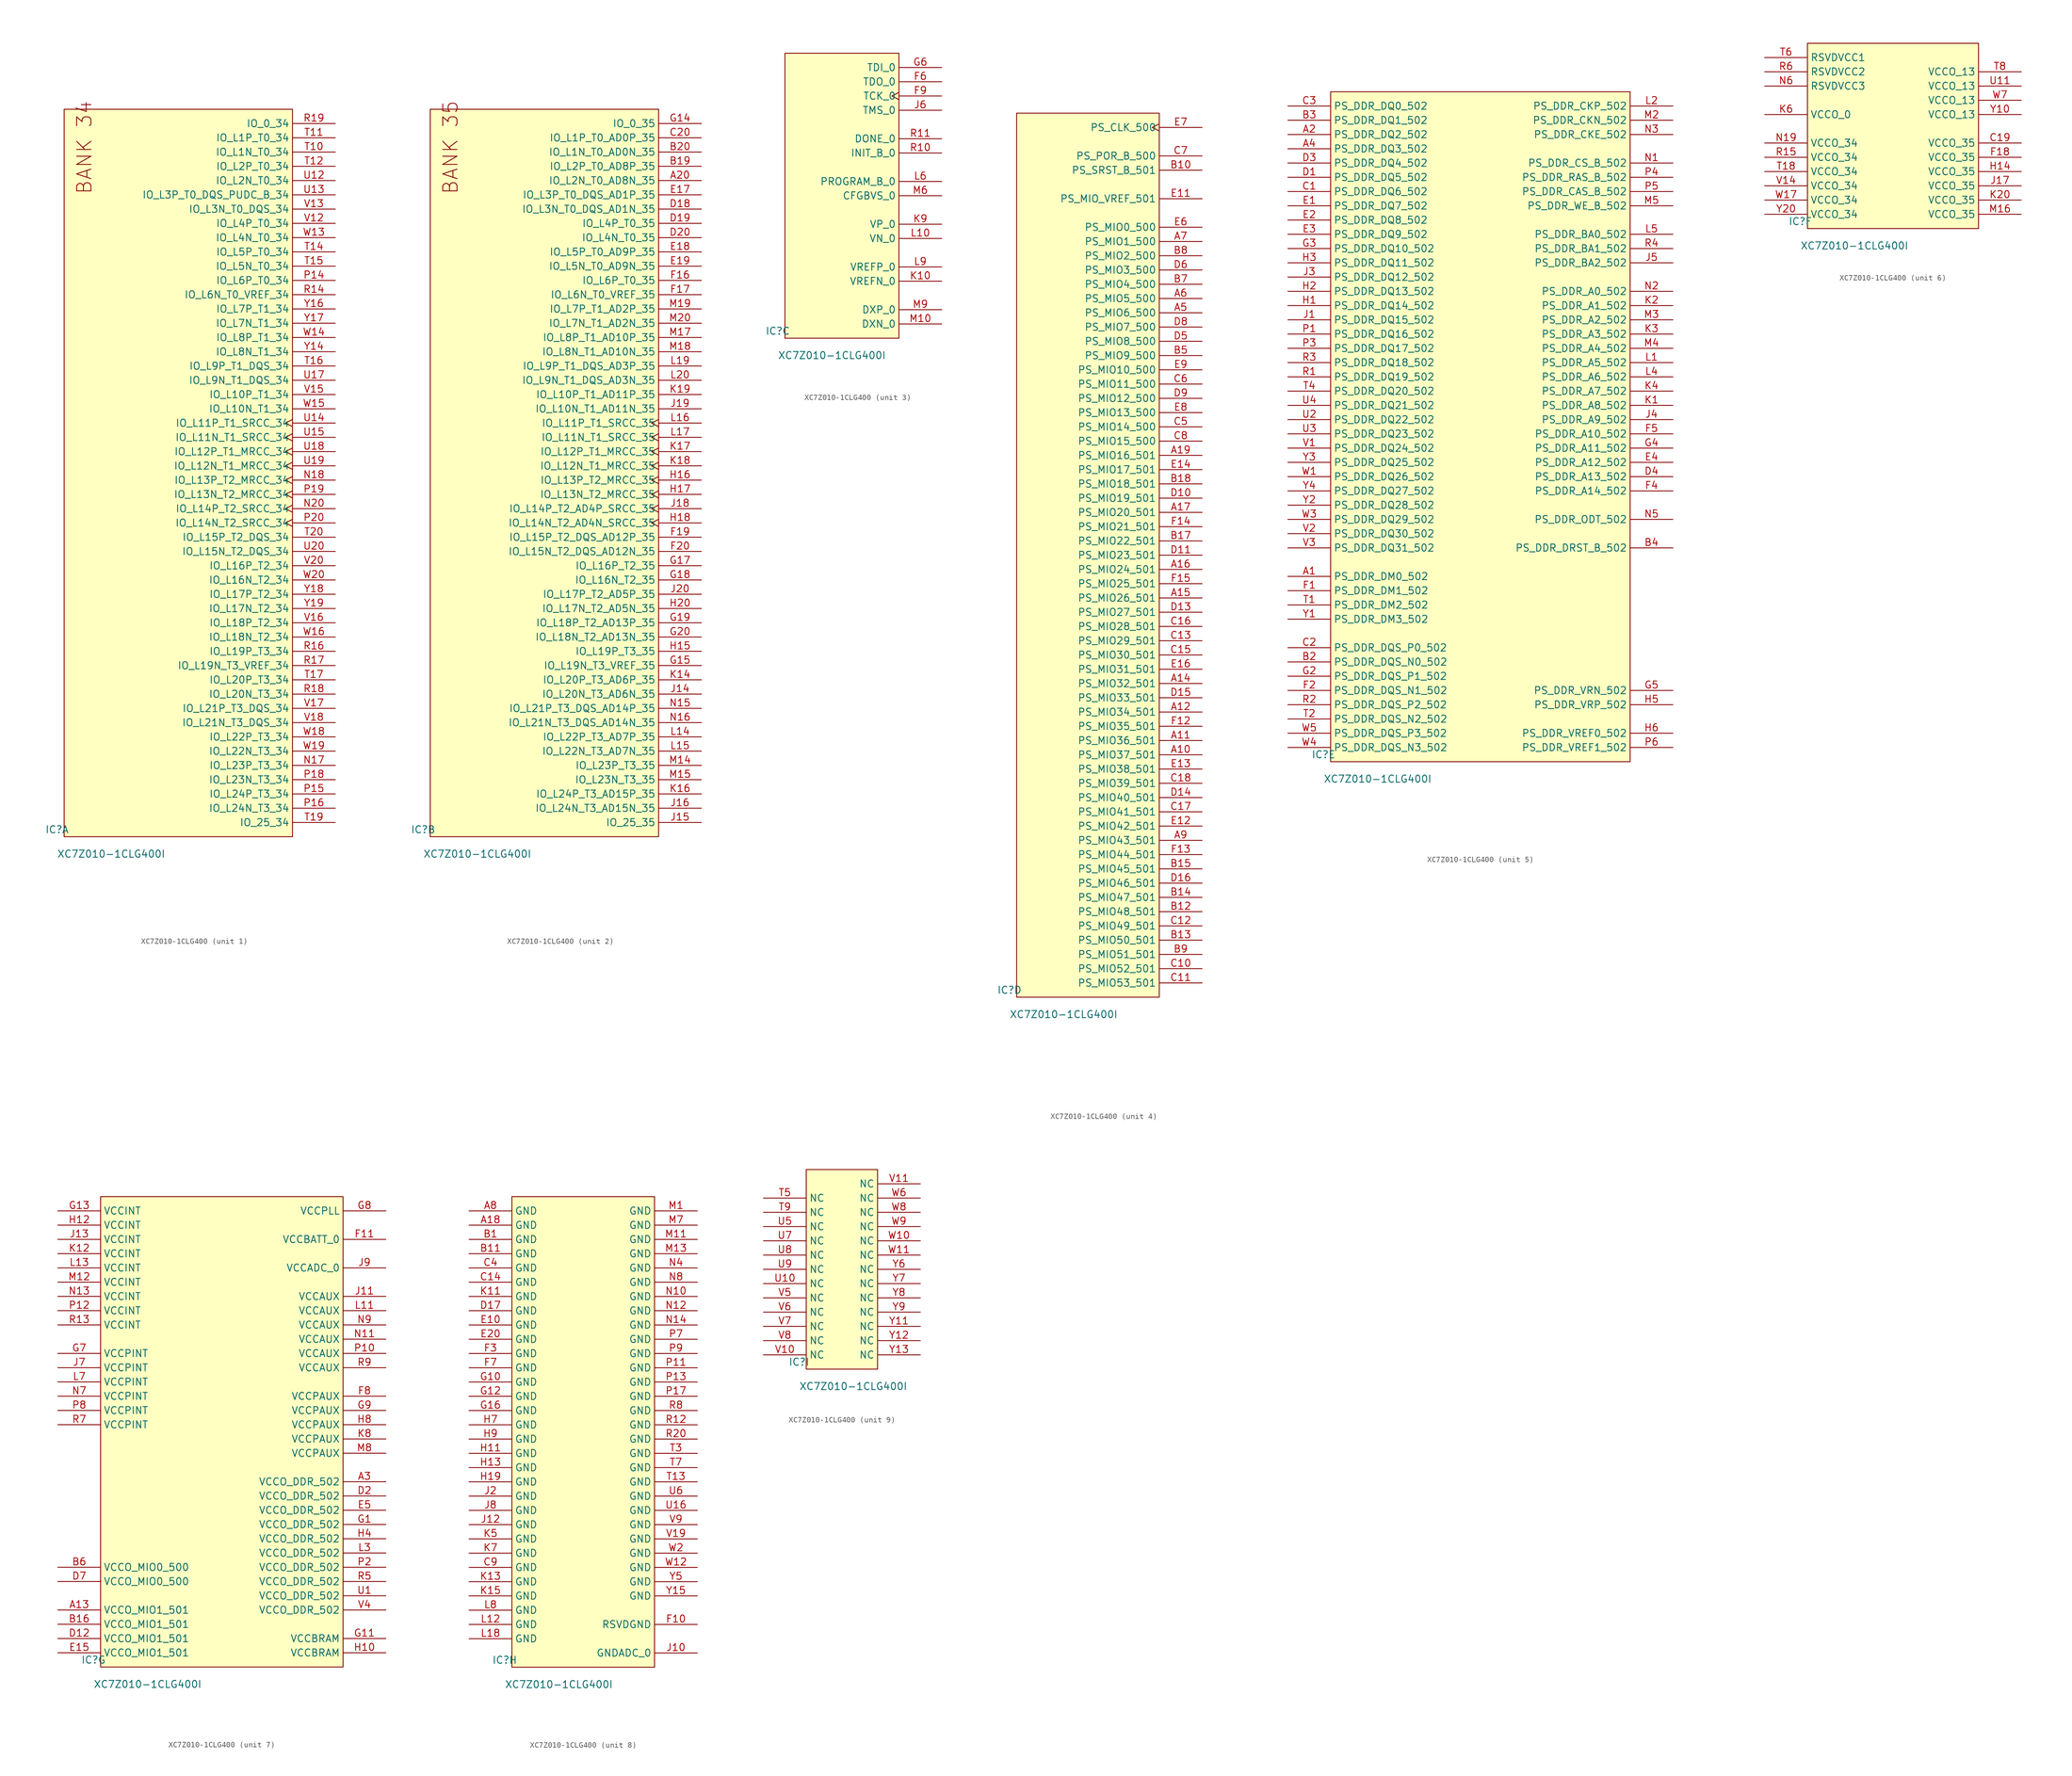
<source format=kicad_sym>
(kicad_symbol_lib
  (version 20231120)
  (generator "kicad_symbol_editor")
  (generator_version "8.0")
  (symbol "XC7Z010-1CLG400"
    (property "Reference" "IC"
      (at -1.27 1.27 0)
      (effects (font (size 1.27 1.27))))
    (property "Value" "XC7Z010-1CLG400I"
      (at -1.27 -3.81 0)
      (effects (font (size 1.27 1.27)) (justify left bottom)))
    (symbol "XC7Z010-1CLG400_1_0"
      (rectangle (start 0 129.54) (end 40.64 0) (stroke (width 0) (type solid) (color 128 0 0 1)) (fill (type background)))
      (text "BANK 34" (at 5.08 114.3 900) (effects (font (size 2.54 2.54)) (justify left bottom)))
      (pin bidirectional line (at 48.26 12.7 180) (length 7.62) (name "IO_L23P_T3_34" (effects (font (size 1.27 1.27)))) (number "N17" (effects (font (size 1.27 1.27)))))
      (pin bidirectional clock (at 48.26 63.5 180) (length 7.62) (name "IO_L13P_T2_MRCC_34" (effects (font (size 1.27 1.27)))) (number "N18" (effects (font (size 1.27 1.27)))))
      (pin bidirectional clock (at 48.26 58.42 180) (length 7.62) (name "IO_L14P_T2_SRCC_34" (effects (font (size 1.27 1.27)))) (number "N20" (effects (font (size 1.27 1.27)))))
      (pin bidirectional line (at 48.26 99.06 180) (length 7.62) (name "IO_L6P_T0_34" (effects (font (size 1.27 1.27)))) (number "P14" (effects (font (size 1.27 1.27)))))
      (pin bidirectional line (at 48.26 7.62 180) (length 7.62) (name "IO_L24P_T3_34" (effects (font (size 1.27 1.27)))) (number "P15" (effects (font (size 1.27 1.27)))))
      (pin bidirectional line (at 48.26 5.08 180) (length 7.62) (name "IO_L24N_T3_34" (effects (font (size 1.27 1.27)))) (number "P16" (effects (font (size 1.27 1.27)))))
      (pin bidirectional line (at 48.26 10.16 180) (length 7.62) (name "IO_L23N_T3_34" (effects (font (size 1.27 1.27)))) (number "P18" (effects (font (size 1.27 1.27)))))
      (pin bidirectional clock (at 48.26 60.96 180) (length 7.62) (name "IO_L13N_T2_MRCC_34" (effects (font (size 1.27 1.27)))) (number "P19" (effects (font (size 1.27 1.27)))))
      (pin bidirectional clock (at 48.26 55.88 180) (length 7.62) (name "IO_L14N_T2_SRCC_34" (effects (font (size 1.27 1.27)))) (number "P20" (effects (font (size 1.27 1.27)))))
      (pin bidirectional line (at 48.26 96.52 180) (length 7.62) (name "IO_L6N_T0_VREF_34" (effects (font (size 1.27 1.27)))) (number "R14" (effects (font (size 1.27 1.27)))))
      (pin bidirectional line (at 48.26 33.02 180) (length 7.62) (name "IO_L19P_T3_34" (effects (font (size 1.27 1.27)))) (number "R16" (effects (font (size 1.27 1.27)))))
      (pin bidirectional line (at 48.26 30.48 180) (length 7.62) (name "IO_L19N_T3_VREF_34" (effects (font (size 1.27 1.27)))) (number "R17" (effects (font (size 1.27 1.27)))))
      (pin bidirectional line (at 48.26 25.4 180) (length 7.62) (name "IO_L20N_T3_34" (effects (font (size 1.27 1.27)))) (number "R18" (effects (font (size 1.27 1.27)))))
      (pin bidirectional line (at 48.26 127 180) (length 7.62) (name "IO_0_34" (effects (font (size 1.27 1.27)))) (number "R19" (effects (font (size 1.27 1.27)))))
      (pin bidirectional line (at 48.26 121.92 180) (length 7.62) (name "IO_L1N_T0_34" (effects (font (size 1.27 1.27)))) (number "T10" (effects (font (size 1.27 1.27)))))
      (pin bidirectional line (at 48.26 124.46 180) (length 7.62) (name "IO_L1P_T0_34" (effects (font (size 1.27 1.27)))) (number "T11" (effects (font (size 1.27 1.27)))))
      (pin bidirectional line (at 48.26 119.38 180) (length 7.62) (name "IO_L2P_T0_34" (effects (font (size 1.27 1.27)))) (number "T12" (effects (font (size 1.27 1.27)))))
      (pin bidirectional line (at 48.26 104.14 180) (length 7.62) (name "IO_L5P_T0_34" (effects (font (size 1.27 1.27)))) (number "T14" (effects (font (size 1.27 1.27)))))
      (pin bidirectional line (at 48.26 101.6 180) (length 7.62) (name "IO_L5N_T0_34" (effects (font (size 1.27 1.27)))) (number "T15" (effects (font (size 1.27 1.27)))))
      (pin bidirectional line (at 48.26 83.82 180) (length 7.62) (name "IO_L9P_T1_DQS_34" (effects (font (size 1.27 1.27)))) (number "T16" (effects (font (size 1.27 1.27)))))
      (pin bidirectional line (at 48.26 27.94 180) (length 7.62) (name "IO_L20P_T3_34" (effects (font (size 1.27 1.27)))) (number "T17" (effects (font (size 1.27 1.27)))))
      (pin bidirectional line (at 48.26 2.54 180) (length 7.62) (name "IO_25_34" (effects (font (size 1.27 1.27)))) (number "T19" (effects (font (size 1.27 1.27)))))
      (pin bidirectional line (at 48.26 53.34 180) (length 7.62) (name "IO_L15P_T2_DQS_34" (effects (font (size 1.27 1.27)))) (number "T20" (effects (font (size 1.27 1.27)))))
      (pin bidirectional line (at 48.26 116.84 180) (length 7.62) (name "IO_L2N_T0_34" (effects (font (size 1.27 1.27)))) (number "U12" (effects (font (size 1.27 1.27)))))
      (pin bidirectional line (at 48.26 114.3 180) (length 7.62) (name "IO_L3P_T0_DQS_PUDC_B_34" (effects (font (size 1.27 1.27)))) (number "U13" (effects (font (size 1.27 1.27)))))
      (pin bidirectional clock (at 48.26 73.66 180) (length 7.62) (name "IO_L11P_T1_SRCC_34" (effects (font (size 1.27 1.27)))) (number "U14" (effects (font (size 1.27 1.27)))))
      (pin bidirectional clock (at 48.26 71.12 180) (length 7.62) (name "IO_L11N_T1_SRCC_34" (effects (font (size 1.27 1.27)))) (number "U15" (effects (font (size 1.27 1.27)))))
      (pin bidirectional line (at 48.26 81.28 180) (length 7.62) (name "IO_L9N_T1_DQS_34" (effects (font (size 1.27 1.27)))) (number "U17" (effects (font (size 1.27 1.27)))))
      (pin bidirectional clock (at 48.26 68.58 180) (length 7.62) (name "IO_L12P_T1_MRCC_34" (effects (font (size 1.27 1.27)))) (number "U18" (effects (font (size 1.27 1.27)))))
      (pin bidirectional clock (at 48.26 66.04 180) (length 7.62) (name "IO_L12N_T1_MRCC_34" (effects (font (size 1.27 1.27)))) (number "U19" (effects (font (size 1.27 1.27)))))
      (pin bidirectional line (at 48.26 50.8 180) (length 7.62) (name "IO_L15N_T2_DQS_34" (effects (font (size 1.27 1.27)))) (number "U20" (effects (font (size 1.27 1.27)))))
      (pin bidirectional line (at 48.26 109.22 180) (length 7.62) (name "IO_L4P_T0_34" (effects (font (size 1.27 1.27)))) (number "V12" (effects (font (size 1.27 1.27)))))
      (pin bidirectional line (at 48.26 111.76 180) (length 7.62) (name "IO_L3N_T0_DQS_34" (effects (font (size 1.27 1.27)))) (number "V13" (effects (font (size 1.27 1.27)))))
      (pin bidirectional line (at 48.26 78.74 180) (length 7.62) (name "IO_L10P_T1_34" (effects (font (size 1.27 1.27)))) (number "V15" (effects (font (size 1.27 1.27)))))
      (pin bidirectional line (at 48.26 38.1 180) (length 7.62) (name "IO_L18P_T2_34" (effects (font (size 1.27 1.27)))) (number "V16" (effects (font (size 1.27 1.27)))))
      (pin bidirectional line (at 48.26 22.86 180) (length 7.62) (name "IO_L21P_T3_DQS_34" (effects (font (size 1.27 1.27)))) (number "V17" (effects (font (size 1.27 1.27)))))
      (pin bidirectional line (at 48.26 20.32 180) (length 7.62) (name "IO_L21N_T3_DQS_34" (effects (font (size 1.27 1.27)))) (number "V18" (effects (font (size 1.27 1.27)))))
      (pin bidirectional line (at 48.26 48.26 180) (length 7.62) (name "IO_L16P_T2_34" (effects (font (size 1.27 1.27)))) (number "V20" (effects (font (size 1.27 1.27)))))
      (pin bidirectional line (at 48.26 106.68 180) (length 7.62) (name "IO_L4N_T0_34" (effects (font (size 1.27 1.27)))) (number "W13" (effects (font (size 1.27 1.27)))))
      (pin bidirectional line (at 48.26 88.9 180) (length 7.62) (name "IO_L8P_T1_34" (effects (font (size 1.27 1.27)))) (number "W14" (effects (font (size 1.27 1.27)))))
      (pin bidirectional line (at 48.26 76.2 180) (length 7.62) (name "IO_L10N_T1_34" (effects (font (size 1.27 1.27)))) (number "W15" (effects (font (size 1.27 1.27)))))
      (pin bidirectional line (at 48.26 35.56 180) (length 7.62) (name "IO_L18N_T2_34" (effects (font (size 1.27 1.27)))) (number "W16" (effects (font (size 1.27 1.27)))))
      (pin bidirectional line (at 48.26 17.78 180) (length 7.62) (name "IO_L22P_T3_34" (effects (font (size 1.27 1.27)))) (number "W18" (effects (font (size 1.27 1.27)))))
      (pin bidirectional line (at 48.26 15.24 180) (length 7.62) (name "IO_L22N_T3_34" (effects (font (size 1.27 1.27)))) (number "W19" (effects (font (size 1.27 1.27)))))
      (pin bidirectional line (at 48.26 45.72 180) (length 7.62) (name "IO_L16N_T2_34" (effects (font (size 1.27 1.27)))) (number "W20" (effects (font (size 1.27 1.27)))))
      (pin bidirectional line (at 48.26 86.36 180) (length 7.62) (name "IO_L8N_T1_34" (effects (font (size 1.27 1.27)))) (number "Y14" (effects (font (size 1.27 1.27)))))
      (pin bidirectional line (at 48.26 93.98 180) (length 7.62) (name "IO_L7P_T1_34" (effects (font (size 1.27 1.27)))) (number "Y16" (effects (font (size 1.27 1.27)))))
      (pin bidirectional line (at 48.26 91.44 180) (length 7.62) (name "IO_L7N_T1_34" (effects (font (size 1.27 1.27)))) (number "Y17" (effects (font (size 1.27 1.27)))))
      (pin bidirectional line (at 48.26 43.18 180) (length 7.62) (name "IO_L17P_T2_34" (effects (font (size 1.27 1.27)))) (number "Y18" (effects (font (size 1.27 1.27)))))
      (pin bidirectional line (at 48.26 40.64 180) (length 7.62) (name "IO_L17N_T2_34" (effects (font (size 1.27 1.27)))) (number "Y19" (effects (font (size 1.27 1.27))))))
    (symbol "XC7Z010-1CLG400_2_0"
      (rectangle (start 0 129.54) (end 40.64 0) (stroke (width 0) (type solid) (color 128 0 0 1)) (fill (type background)))
      (text "BANK 35" (at 5.08 114.3 900) (effects (font (size 2.54 2.54)) (justify left bottom)))
      (pin bidirectional line (at 48.26 116.84 180) (length 7.62) (name "IO_L2N_T0_AD8N_35" (effects (font (size 1.27 1.27)))) (number "A20" (effects (font (size 1.27 1.27)))))
      (pin bidirectional line (at 48.26 119.38 180) (length 7.62) (name "IO_L2P_T0_AD8P_35" (effects (font (size 1.27 1.27)))) (number "B19" (effects (font (size 1.27 1.27)))))
      (pin bidirectional line (at 48.26 121.92 180) (length 7.62) (name "IO_L1N_T0_AD0N_35" (effects (font (size 1.27 1.27)))) (number "B20" (effects (font (size 1.27 1.27)))))
      (pin bidirectional line (at 48.26 124.46 180) (length 7.62) (name "IO_L1P_T0_AD0P_35" (effects (font (size 1.27 1.27)))) (number "C20" (effects (font (size 1.27 1.27)))))
      (pin bidirectional line (at 48.26 111.76 180) (length 7.62) (name "IO_L3N_T0_DQS_AD1N_35" (effects (font (size 1.27 1.27)))) (number "D18" (effects (font (size 1.27 1.27)))))
      (pin bidirectional line (at 48.26 109.22 180) (length 7.62) (name "IO_L4P_T0_35" (effects (font (size 1.27 1.27)))) (number "D19" (effects (font (size 1.27 1.27)))))
      (pin bidirectional line (at 48.26 106.68 180) (length 7.62) (name "IO_L4N_T0_35" (effects (font (size 1.27 1.27)))) (number "D20" (effects (font (size 1.27 1.27)))))
      (pin bidirectional line (at 48.26 114.3 180) (length 7.62) (name "IO_L3P_T0_DQS_AD1P_35" (effects (font (size 1.27 1.27)))) (number "E17" (effects (font (size 1.27 1.27)))))
      (pin bidirectional line (at 48.26 104.14 180) (length 7.62) (name "IO_L5P_T0_AD9P_35" (effects (font (size 1.27 1.27)))) (number "E18" (effects (font (size 1.27 1.27)))))
      (pin bidirectional line (at 48.26 101.6 180) (length 7.62) (name "IO_L5N_T0_AD9N_35" (effects (font (size 1.27 1.27)))) (number "E19" (effects (font (size 1.27 1.27)))))
      (pin bidirectional line (at 48.26 99.06 180) (length 7.62) (name "IO_L6P_T0_35" (effects (font (size 1.27 1.27)))) (number "F16" (effects (font (size 1.27 1.27)))))
      (pin bidirectional line (at 48.26 96.52 180) (length 7.62) (name "IO_L6N_T0_VREF_35" (effects (font (size 1.27 1.27)))) (number "F17" (effects (font (size 1.27 1.27)))))
      (pin bidirectional line (at 48.26 53.34 180) (length 7.62) (name "IO_L15P_T2_DQS_AD12P_35" (effects (font (size 1.27 1.27)))) (number "F19" (effects (font (size 1.27 1.27)))))
      (pin bidirectional line (at 48.26 50.8 180) (length 7.62) (name "IO_L15N_T2_DQS_AD12N_35" (effects (font (size 1.27 1.27)))) (number "F20" (effects (font (size 1.27 1.27)))))
      (pin bidirectional line (at 48.26 127 180) (length 7.62) (name "IO_0_35" (effects (font (size 1.27 1.27)))) (number "G14" (effects (font (size 1.27 1.27)))))
      (pin bidirectional line (at 48.26 30.48 180) (length 7.62) (name "IO_L19N_T3_VREF_35" (effects (font (size 1.27 1.27)))) (number "G15" (effects (font (size 1.27 1.27)))))
      (pin bidirectional line (at 48.26 48.26 180) (length 7.62) (name "IO_L16P_T2_35" (effects (font (size 1.27 1.27)))) (number "G17" (effects (font (size 1.27 1.27)))))
      (pin bidirectional line (at 48.26 45.72 180) (length 7.62) (name "IO_L16N_T2_35" (effects (font (size 1.27 1.27)))) (number "G18" (effects (font (size 1.27 1.27)))))
      (pin bidirectional line (at 48.26 38.1 180) (length 7.62) (name "IO_L18P_T2_AD13P_35" (effects (font (size 1.27 1.27)))) (number "G19" (effects (font (size 1.27 1.27)))))
      (pin bidirectional line (at 48.26 35.56 180) (length 7.62) (name "IO_L18N_T2_AD13N_35" (effects (font (size 1.27 1.27)))) (number "G20" (effects (font (size 1.27 1.27)))))
      (pin bidirectional line (at 48.26 33.02 180) (length 7.62) (name "IO_L19P_T3_35" (effects (font (size 1.27 1.27)))) (number "H15" (effects (font (size 1.27 1.27)))))
      (pin bidirectional clock (at 48.26 63.5 180) (length 7.62) (name "IO_L13P_T2_MRCC_35" (effects (font (size 1.27 1.27)))) (number "H16" (effects (font (size 1.27 1.27)))))
      (pin bidirectional clock (at 48.26 60.96 180) (length 7.62) (name "IO_L13N_T2_MRCC_35" (effects (font (size 1.27 1.27)))) (number "H17" (effects (font (size 1.27 1.27)))))
      (pin bidirectional clock (at 48.26 55.88 180) (length 7.62) (name "IO_L14N_T2_AD4N_SRCC_35" (effects (font (size 1.27 1.27)))) (number "H18" (effects (font (size 1.27 1.27)))))
      (pin bidirectional line (at 48.26 40.64 180) (length 7.62) (name "IO_L17N_T2_AD5N_35" (effects (font (size 1.27 1.27)))) (number "H20" (effects (font (size 1.27 1.27)))))
      (pin bidirectional line (at 48.26 25.4 180) (length 7.62) (name "IO_L20N_T3_AD6N_35" (effects (font (size 1.27 1.27)))) (number "J14" (effects (font (size 1.27 1.27)))))
      (pin bidirectional line (at 48.26 2.54 180) (length 7.62) (name "IO_25_35" (effects (font (size 1.27 1.27)))) (number "J15" (effects (font (size 1.27 1.27)))))
      (pin bidirectional line (at 48.26 5.08 180) (length 7.62) (name "IO_L24N_T3_AD15N_35" (effects (font (size 1.27 1.27)))) (number "J16" (effects (font (size 1.27 1.27)))))
      (pin bidirectional clock (at 48.26 58.42 180) (length 7.62) (name "IO_L14P_T2_AD4P_SRCC_35" (effects (font (size 1.27 1.27)))) (number "J18" (effects (font (size 1.27 1.27)))))
      (pin bidirectional line (at 48.26 76.2 180) (length 7.62) (name "IO_L10N_T1_AD11N_35" (effects (font (size 1.27 1.27)))) (number "J19" (effects (font (size 1.27 1.27)))))
      (pin bidirectional line (at 48.26 43.18 180) (length 7.62) (name "IO_L17P_T2_AD5P_35" (effects (font (size 1.27 1.27)))) (number "J20" (effects (font (size 1.27 1.27)))))
      (pin bidirectional line (at 48.26 27.94 180) (length 7.62) (name "IO_L20P_T3_AD6P_35" (effects (font (size 1.27 1.27)))) (number "K14" (effects (font (size 1.27 1.27)))))
      (pin bidirectional line (at 48.26 7.62 180) (length 7.62) (name "IO_L24P_T3_AD15P_35" (effects (font (size 1.27 1.27)))) (number "K16" (effects (font (size 1.27 1.27)))))
      (pin bidirectional clock (at 48.26 68.58 180) (length 7.62) (name "IO_L12P_T1_MRCC_35" (effects (font (size 1.27 1.27)))) (number "K17" (effects (font (size 1.27 1.27)))))
      (pin bidirectional clock (at 48.26 66.04 180) (length 7.62) (name "IO_L12N_T1_MRCC_35" (effects (font (size 1.27 1.27)))) (number "K18" (effects (font (size 1.27 1.27)))))
      (pin bidirectional line (at 48.26 78.74 180) (length 7.62) (name "IO_L10P_T1_AD11P_35" (effects (font (size 1.27 1.27)))) (number "K19" (effects (font (size 1.27 1.27)))))
      (pin bidirectional line (at 48.26 17.78 180) (length 7.62) (name "IO_L22P_T3_AD7P_35" (effects (font (size 1.27 1.27)))) (number "L14" (effects (font (size 1.27 1.27)))))
      (pin bidirectional line (at 48.26 15.24 180) (length 7.62) (name "IO_L22N_T3_AD7N_35" (effects (font (size 1.27 1.27)))) (number "L15" (effects (font (size 1.27 1.27)))))
      (pin bidirectional clock (at 48.26 73.66 180) (length 7.62) (name "IO_L11P_T1_SRCC_35" (effects (font (size 1.27 1.27)))) (number "L16" (effects (font (size 1.27 1.27)))))
      (pin bidirectional clock (at 48.26 71.12 180) (length 7.62) (name "IO_L11N_T1_SRCC_35" (effects (font (size 1.27 1.27)))) (number "L17" (effects (font (size 1.27 1.27)))))
      (pin bidirectional line (at 48.26 83.82 180) (length 7.62) (name "IO_L9P_T1_DQS_AD3P_35" (effects (font (size 1.27 1.27)))) (number "L19" (effects (font (size 1.27 1.27)))))
      (pin bidirectional line (at 48.26 81.28 180) (length 7.62) (name "IO_L9N_T1_DQS_AD3N_35" (effects (font (size 1.27 1.27)))) (number "L20" (effects (font (size 1.27 1.27)))))
      (pin bidirectional line (at 48.26 12.7 180) (length 7.62) (name "IO_L23P_T3_35" (effects (font (size 1.27 1.27)))) (number "M14" (effects (font (size 1.27 1.27)))))
      (pin bidirectional line (at 48.26 10.16 180) (length 7.62) (name "IO_L23N_T3_35" (effects (font (size 1.27 1.27)))) (number "M15" (effects (font (size 1.27 1.27)))))
      (pin bidirectional line (at 48.26 88.9 180) (length 7.62) (name "IO_L8P_T1_AD10P_35" (effects (font (size 1.27 1.27)))) (number "M17" (effects (font (size 1.27 1.27)))))
      (pin bidirectional line (at 48.26 86.36 180) (length 7.62) (name "IO_L8N_T1_AD10N_35" (effects (font (size 1.27 1.27)))) (number "M18" (effects (font (size 1.27 1.27)))))
      (pin bidirectional line (at 48.26 93.98 180) (length 7.62) (name "IO_L7P_T1_AD2P_35" (effects (font (size 1.27 1.27)))) (number "M19" (effects (font (size 1.27 1.27)))))
      (pin bidirectional line (at 48.26 91.44 180) (length 7.62) (name "IO_L7N_T1_AD2N_35" (effects (font (size 1.27 1.27)))) (number "M20" (effects (font (size 1.27 1.27)))))
      (pin bidirectional line (at 48.26 22.86 180) (length 7.62) (name "IO_L21P_T3_DQS_AD14P_35" (effects (font (size 1.27 1.27)))) (number "N15" (effects (font (size 1.27 1.27)))))
      (pin bidirectional line (at 48.26 20.32 180) (length 7.62) (name "IO_L21N_T3_DQS_AD14N_35" (effects (font (size 1.27 1.27)))) (number "N16" (effects (font (size 1.27 1.27))))))
    (symbol "XC7Z010-1CLG400_3_0"
      (rectangle (start 0 50.8) (end 20.32 0) (stroke (width 0) (type solid) (color 128 0 0 1)) (fill (type background)))
      (pin output line (at 27.94 45.72 180) (length 7.62) (name "TDO_0" (effects (font (size 1.27 1.27)))) (number "F6" (effects (font (size 1.27 1.27)))))
      (pin input clock (at 27.94 43.18 180) (length 7.62) (name "TCK_0" (effects (font (size 1.27 1.27)))) (number "F9" (effects (font (size 1.27 1.27)))))
      (pin input line (at 27.94 48.26 180) (length 7.62) (name "TDI_0" (effects (font (size 1.27 1.27)))) (number "G6" (effects (font (size 1.27 1.27)))))
      (pin input line (at 27.94 40.64 180) (length 7.62) (name "TMS_0" (effects (font (size 1.27 1.27)))) (number "J6" (effects (font (size 1.27 1.27)))))
      (pin input line (at 27.94 10.16 180) (length 7.62) (name "VREFN_0" (effects (font (size 1.27 1.27)))) (number "K10" (effects (font (size 1.27 1.27)))))
      (pin input line (at 27.94 20.32 180) (length 7.62) (name "VP_0" (effects (font (size 1.27 1.27)))) (number "K9" (effects (font (size 1.27 1.27)))))
      (pin input line (at 27.94 17.78 180) (length 7.62) (name "VN_0" (effects (font (size 1.27 1.27)))) (number "L10" (effects (font (size 1.27 1.27)))))
      (pin input line (at 27.94 27.94 180) (length 7.62) (name "PROGRAM_B_0" (effects (font (size 1.27 1.27)))) (number "L6" (effects (font (size 1.27 1.27)))))
      (pin input line (at 27.94 12.7 180) (length 7.62) (name "VREFP_0" (effects (font (size 1.27 1.27)))) (number "L9" (effects (font (size 1.27 1.27)))))
      (pin input line (at 27.94 2.54 180) (length 7.62) (name "DXN_0" (effects (font (size 1.27 1.27)))) (number "M10" (effects (font (size 1.27 1.27)))))
      (pin input line (at 27.94 25.4 180) (length 7.62) (name "CFGBVS_0" (effects (font (size 1.27 1.27)))) (number "M6" (effects (font (size 1.27 1.27)))))
      (pin input line (at 27.94 5.08 180) (length 7.62) (name "DXP_0" (effects (font (size 1.27 1.27)))) (number "M9" (effects (font (size 1.27 1.27)))))
      (pin bidirectional line (at 27.94 33.02 180) (length 7.62) (name "INIT_B_0" (effects (font (size 1.27 1.27)))) (number "R10" (effects (font (size 1.27 1.27)))))
      (pin bidirectional line (at 27.94 35.56 180) (length 7.62) (name "DONE_0" (effects (font (size 1.27 1.27)))) (number "R11" (effects (font (size 1.27 1.27))))))
    (symbol "XC7Z010-1CLG400_4_0"
      (rectangle (start 0 157.48) (end 25.4 0) (stroke (width 0) (type solid) (color 128 0 0 1)) (fill (type background)))
      (pin bidirectional line (at 33.02 43.18 180) (length 7.62) (name "PS_MIO37_501" (effects (font (size 1.27 1.27)))) (number "A10" (effects (font (size 1.27 1.27)))))
      (pin bidirectional line (at 33.02 45.72 180) (length 7.62) (name "PS_MIO36_501" (effects (font (size 1.27 1.27)))) (number "A11" (effects (font (size 1.27 1.27)))))
      (pin bidirectional line (at 33.02 50.8 180) (length 7.62) (name "PS_MIO34_501" (effects (font (size 1.27 1.27)))) (number "A12" (effects (font (size 1.27 1.27)))))
      (pin bidirectional line (at 33.02 55.88 180) (length 7.62) (name "PS_MIO32_501" (effects (font (size 1.27 1.27)))) (number "A14" (effects (font (size 1.27 1.27)))))
      (pin bidirectional line (at 33.02 71.12 180) (length 7.62) (name "PS_MIO26_501" (effects (font (size 1.27 1.27)))) (number "A15" (effects (font (size 1.27 1.27)))))
      (pin bidirectional line (at 33.02 76.2 180) (length 7.62) (name "PS_MIO24_501" (effects (font (size 1.27 1.27)))) (number "A16" (effects (font (size 1.27 1.27)))))
      (pin bidirectional line (at 33.02 86.36 180) (length 7.62) (name "PS_MIO20_501" (effects (font (size 1.27 1.27)))) (number "A17" (effects (font (size 1.27 1.27)))))
      (pin bidirectional line (at 33.02 96.52 180) (length 7.62) (name "PS_MIO16_501" (effects (font (size 1.27 1.27)))) (number "A19" (effects (font (size 1.27 1.27)))))
      (pin bidirectional line (at 33.02 121.92 180) (length 7.62) (name "PS_MIO6_500" (effects (font (size 1.27 1.27)))) (number "A5" (effects (font (size 1.27 1.27)))))
      (pin bidirectional line (at 33.02 124.46 180) (length 7.62) (name "PS_MIO5_500" (effects (font (size 1.27 1.27)))) (number "A6" (effects (font (size 1.27 1.27)))))
      (pin bidirectional line (at 33.02 134.62 180) (length 7.62) (name "PS_MIO1_500" (effects (font (size 1.27 1.27)))) (number "A7" (effects (font (size 1.27 1.27)))))
      (pin bidirectional line (at 33.02 27.94 180) (length 7.62) (name "PS_MIO43_501" (effects (font (size 1.27 1.27)))) (number "A9" (effects (font (size 1.27 1.27)))))
      (pin input line (at 33.02 147.32 180) (length 7.62) (name "PS_SRST_B_501" (effects (font (size 1.27 1.27)))) (number "B10" (effects (font (size 1.27 1.27)))))
      (pin bidirectional line (at 33.02 15.24 180) (length 7.62) (name "PS_MIO48_501" (effects (font (size 1.27 1.27)))) (number "B12" (effects (font (size 1.27 1.27)))))
      (pin bidirectional line (at 33.02 10.16 180) (length 7.62) (name "PS_MIO50_501" (effects (font (size 1.27 1.27)))) (number "B13" (effects (font (size 1.27 1.27)))))
      (pin bidirectional line (at 33.02 17.78 180) (length 7.62) (name "PS_MIO47_501" (effects (font (size 1.27 1.27)))) (number "B14" (effects (font (size 1.27 1.27)))))
      (pin bidirectional line (at 33.02 22.86 180) (length 7.62) (name "PS_MIO45_501" (effects (font (size 1.27 1.27)))) (number "B15" (effects (font (size 1.27 1.27)))))
      (pin bidirectional line (at 33.02 81.28 180) (length 7.62) (name "PS_MIO22_501" (effects (font (size 1.27 1.27)))) (number "B17" (effects (font (size 1.27 1.27)))))
      (pin bidirectional line (at 33.02 91.44 180) (length 7.62) (name "PS_MIO18_501" (effects (font (size 1.27 1.27)))) (number "B18" (effects (font (size 1.27 1.27)))))
      (pin bidirectional line (at 33.02 114.3 180) (length 7.62) (name "PS_MIO9_500" (effects (font (size 1.27 1.27)))) (number "B5" (effects (font (size 1.27 1.27)))))
      (pin bidirectional line (at 33.02 127 180) (length 7.62) (name "PS_MIO4_500" (effects (font (size 1.27 1.27)))) (number "B7" (effects (font (size 1.27 1.27)))))
      (pin bidirectional line (at 33.02 132.08 180) (length 7.62) (name "PS_MIO2_500" (effects (font (size 1.27 1.27)))) (number "B8" (effects (font (size 1.27 1.27)))))
      (pin bidirectional line (at 33.02 7.62 180) (length 7.62) (name "PS_MIO51_501" (effects (font (size 1.27 1.27)))) (number "B9" (effects (font (size 1.27 1.27)))))
      (pin bidirectional line (at 33.02 5.08 180) (length 7.62) (name "PS_MIO52_501" (effects (font (size 1.27 1.27)))) (number "C10" (effects (font (size 1.27 1.27)))))
      (pin bidirectional line (at 33.02 2.54 180) (length 7.62) (name "PS_MIO53_501" (effects (font (size 1.27 1.27)))) (number "C11" (effects (font (size 1.27 1.27)))))
      (pin bidirectional line (at 33.02 12.7 180) (length 7.62) (name "PS_MIO49_501" (effects (font (size 1.27 1.27)))) (number "C12" (effects (font (size 1.27 1.27)))))
      (pin bidirectional line (at 33.02 63.5 180) (length 7.62) (name "PS_MIO29_501" (effects (font (size 1.27 1.27)))) (number "C13" (effects (font (size 1.27 1.27)))))
      (pin bidirectional line (at 33.02 60.96 180) (length 7.62) (name "PS_MIO30_501" (effects (font (size 1.27 1.27)))) (number "C15" (effects (font (size 1.27 1.27)))))
      (pin bidirectional line (at 33.02 66.04 180) (length 7.62) (name "PS_MIO28_501" (effects (font (size 1.27 1.27)))) (number "C16" (effects (font (size 1.27 1.27)))))
      (pin bidirectional line (at 33.02 33.02 180) (length 7.62) (name "PS_MIO41_501" (effects (font (size 1.27 1.27)))) (number "C17" (effects (font (size 1.27 1.27)))))
      (pin bidirectional line (at 33.02 38.1 180) (length 7.62) (name "PS_MIO39_501" (effects (font (size 1.27 1.27)))) (number "C18" (effects (font (size 1.27 1.27)))))
      (pin bidirectional line (at 33.02 101.6 180) (length 7.62) (name "PS_MIO14_500" (effects (font (size 1.27 1.27)))) (number "C5" (effects (font (size 1.27 1.27)))))
      (pin bidirectional line (at 33.02 109.22 180) (length 7.62) (name "PS_MIO11_500" (effects (font (size 1.27 1.27)))) (number "C6" (effects (font (size 1.27 1.27)))))
      (pin input line (at 33.02 149.86 180) (length 7.62) (name "PS_POR_B_500" (effects (font (size 1.27 1.27)))) (number "C7" (effects (font (size 1.27 1.27)))))
      (pin bidirectional line (at 33.02 99.06 180) (length 7.62) (name "PS_MIO15_500" (effects (font (size 1.27 1.27)))) (number "C8" (effects (font (size 1.27 1.27)))))
      (pin bidirectional line (at 33.02 88.9 180) (length 7.62) (name "PS_MIO19_501" (effects (font (size 1.27 1.27)))) (number "D10" (effects (font (size 1.27 1.27)))))
      (pin bidirectional line (at 33.02 78.74 180) (length 7.62) (name "PS_MIO23_501" (effects (font (size 1.27 1.27)))) (number "D11" (effects (font (size 1.27 1.27)))))
      (pin bidirectional line (at 33.02 68.58 180) (length 7.62) (name "PS_MIO27_501" (effects (font (size 1.27 1.27)))) (number "D13" (effects (font (size 1.27 1.27)))))
      (pin bidirectional line (at 33.02 35.56 180) (length 7.62) (name "PS_MIO40_501" (effects (font (size 1.27 1.27)))) (number "D14" (effects (font (size 1.27 1.27)))))
      (pin bidirectional line (at 33.02 53.34 180) (length 7.62) (name "PS_MIO33_501" (effects (font (size 1.27 1.27)))) (number "D15" (effects (font (size 1.27 1.27)))))
      (pin bidirectional line (at 33.02 20.32 180) (length 7.62) (name "PS_MIO46_501" (effects (font (size 1.27 1.27)))) (number "D16" (effects (font (size 1.27 1.27)))))
      (pin bidirectional line (at 33.02 116.84 180) (length 7.62) (name "PS_MIO8_500" (effects (font (size 1.27 1.27)))) (number "D5" (effects (font (size 1.27 1.27)))))
      (pin bidirectional line (at 33.02 129.54 180) (length 7.62) (name "PS_MIO3_500" (effects (font (size 1.27 1.27)))) (number "D6" (effects (font (size 1.27 1.27)))))
      (pin bidirectional line (at 33.02 119.38 180) (length 7.62) (name "PS_MIO7_500" (effects (font (size 1.27 1.27)))) (number "D8" (effects (font (size 1.27 1.27)))))
      (pin bidirectional line (at 33.02 106.68 180) (length 7.62) (name "PS_MIO12_500" (effects (font (size 1.27 1.27)))) (number "D9" (effects (font (size 1.27 1.27)))))
      (pin input line (at 33.02 142.24 180) (length 7.62) (name "PS_MIO_VREF_501" (effects (font (size 1.27 1.27)))) (number "E11" (effects (font (size 1.27 1.27)))))
      (pin bidirectional line (at 33.02 30.48 180) (length 7.62) (name "PS_MIO42_501" (effects (font (size 1.27 1.27)))) (number "E12" (effects (font (size 1.27 1.27)))))
      (pin bidirectional line (at 33.02 40.64 180) (length 7.62) (name "PS_MIO38_501" (effects (font (size 1.27 1.27)))) (number "E13" (effects (font (size 1.27 1.27)))))
      (pin bidirectional line (at 33.02 93.98 180) (length 7.62) (name "PS_MIO17_501" (effects (font (size 1.27 1.27)))) (number "E14" (effects (font (size 1.27 1.27)))))
      (pin bidirectional line (at 33.02 58.42 180) (length 7.62) (name "PS_MIO31_501" (effects (font (size 1.27 1.27)))) (number "E16" (effects (font (size 1.27 1.27)))))
      (pin bidirectional line (at 33.02 137.16 180) (length 7.62) (name "PS_MIO0_500" (effects (font (size 1.27 1.27)))) (number "E6" (effects (font (size 1.27 1.27)))))
      (pin input clock (at 33.02 154.94 180) (length 7.62) (name "PS_CLK_500" (effects (font (size 1.27 1.27)))) (number "E7" (effects (font (size 1.27 1.27)))))
      (pin bidirectional line (at 33.02 104.14 180) (length 7.62) (name "PS_MIO13_500" (effects (font (size 1.27 1.27)))) (number "E8" (effects (font (size 1.27 1.27)))))
      (pin bidirectional line (at 33.02 111.76 180) (length 7.62) (name "PS_MIO10_500" (effects (font (size 1.27 1.27)))) (number "E9" (effects (font (size 1.27 1.27)))))
      (pin bidirectional line (at 33.02 48.26 180) (length 7.62) (name "PS_MIO35_501" (effects (font (size 1.27 1.27)))) (number "F12" (effects (font (size 1.27 1.27)))))
      (pin bidirectional line (at 33.02 25.4 180) (length 7.62) (name "PS_MIO44_501" (effects (font (size 1.27 1.27)))) (number "F13" (effects (font (size 1.27 1.27)))))
      (pin bidirectional line (at 33.02 83.82 180) (length 7.62) (name "PS_MIO21_501" (effects (font (size 1.27 1.27)))) (number "F14" (effects (font (size 1.27 1.27)))))
      (pin bidirectional line (at 33.02 73.66 180) (length 7.62) (name "PS_MIO25_501" (effects (font (size 1.27 1.27)))) (number "F15" (effects (font (size 1.27 1.27))))))
    (symbol "XC7Z010-1CLG400_5_0"
      (rectangle (start 0 119.38) (end 53.34 0) (stroke (width 0) (type solid) (color 128 0 0 1)) (fill (type background)))
      (pin output line (at -7.62 33.02 0) (length 7.62) (name "PS_DDR_DM0_502" (effects (font (size 1.27 1.27)))) (number "A1" (effects (font (size 1.27 1.27)))))
      (pin bidirectional line (at -7.62 111.76 0) (length 7.62) (name "PS_DDR_DQ2_502" (effects (font (size 1.27 1.27)))) (number "A2" (effects (font (size 1.27 1.27)))))
      (pin bidirectional line (at -7.62 109.22 0) (length 7.62) (name "PS_DDR_DQ3_502" (effects (font (size 1.27 1.27)))) (number "A4" (effects (font (size 1.27 1.27)))))
      (pin bidirectional line (at -7.62 17.78 0) (length 7.62) (name "PS_DDR_DQS_N0_502" (effects (font (size 1.27 1.27)))) (number "B2" (effects (font (size 1.27 1.27)))))
      (pin bidirectional line (at -7.62 114.3 0) (length 7.62) (name "PS_DDR_DQ1_502" (effects (font (size 1.27 1.27)))) (number "B3" (effects (font (size 1.27 1.27)))))
      (pin output line (at 60.96 38.1 180) (length 7.62) (name "PS_DDR_DRST_B_502" (effects (font (size 1.27 1.27)))) (number "B4" (effects (font (size 1.27 1.27)))))
      (pin bidirectional line (at -7.62 101.6 0) (length 7.62) (name "PS_DDR_DQ6_502" (effects (font (size 1.27 1.27)))) (number "C1" (effects (font (size 1.27 1.27)))))
      (pin bidirectional line (at -7.62 20.32 0) (length 7.62) (name "PS_DDR_DQS_P0_502" (effects (font (size 1.27 1.27)))) (number "C2" (effects (font (size 1.27 1.27)))))
      (pin bidirectional line (at -7.62 116.84 0) (length 7.62) (name "PS_DDR_DQ0_502" (effects (font (size 1.27 1.27)))) (number "C3" (effects (font (size 1.27 1.27)))))
      (pin bidirectional line (at -7.62 104.14 0) (length 7.62) (name "PS_DDR_DQ5_502" (effects (font (size 1.27 1.27)))) (number "D1" (effects (font (size 1.27 1.27)))))
      (pin bidirectional line (at -7.62 106.68 0) (length 7.62) (name "PS_DDR_DQ4_502" (effects (font (size 1.27 1.27)))) (number "D3" (effects (font (size 1.27 1.27)))))
      (pin output line (at 60.96 50.8 180) (length 7.62) (name "PS_DDR_A13_502" (effects (font (size 1.27 1.27)))) (number "D4" (effects (font (size 1.27 1.27)))))
      (pin bidirectional line (at -7.62 99.06 0) (length 7.62) (name "PS_DDR_DQ7_502" (effects (font (size 1.27 1.27)))) (number "E1" (effects (font (size 1.27 1.27)))))
      (pin bidirectional line (at -7.62 96.52 0) (length 7.62) (name "PS_DDR_DQ8_502" (effects (font (size 1.27 1.27)))) (number "E2" (effects (font (size 1.27 1.27)))))
      (pin bidirectional line (at -7.62 93.98 0) (length 7.62) (name "PS_DDR_DQ9_502" (effects (font (size 1.27 1.27)))) (number "E3" (effects (font (size 1.27 1.27)))))
      (pin output line (at 60.96 53.34 180) (length 7.62) (name "PS_DDR_A12_502" (effects (font (size 1.27 1.27)))) (number "E4" (effects (font (size 1.27 1.27)))))
      (pin output line (at -7.62 30.48 0) (length 7.62) (name "PS_DDR_DM1_502" (effects (font (size 1.27 1.27)))) (number "F1" (effects (font (size 1.27 1.27)))))
      (pin bidirectional line (at -7.62 12.7 0) (length 7.62) (name "PS_DDR_DQS_N1_502" (effects (font (size 1.27 1.27)))) (number "F2" (effects (font (size 1.27 1.27)))))
      (pin output line (at 60.96 48.26 180) (length 7.62) (name "PS_DDR_A14_502" (effects (font (size 1.27 1.27)))) (number "F4" (effects (font (size 1.27 1.27)))))
      (pin output line (at 60.96 58.42 180) (length 7.62) (name "PS_DDR_A10_502" (effects (font (size 1.27 1.27)))) (number "F5" (effects (font (size 1.27 1.27)))))
      (pin bidirectional line (at -7.62 15.24 0) (length 7.62) (name "PS_DDR_DQS_P1_502" (effects (font (size 1.27 1.27)))) (number "G2" (effects (font (size 1.27 1.27)))))
      (pin bidirectional line (at -7.62 91.44 0) (length 7.62) (name "PS_DDR_DQ10_502" (effects (font (size 1.27 1.27)))) (number "G3" (effects (font (size 1.27 1.27)))))
      (pin output line (at 60.96 55.88 180) (length 7.62) (name "PS_DDR_A11_502" (effects (font (size 1.27 1.27)))) (number "G4" (effects (font (size 1.27 1.27)))))
      (pin output line (at 60.96 12.7 180) (length 7.62) (name "PS_DDR_VRN_502" (effects (font (size 1.27 1.27)))) (number "G5" (effects (font (size 1.27 1.27)))))
      (pin bidirectional line (at -7.62 81.28 0) (length 7.62) (name "PS_DDR_DQ14_502" (effects (font (size 1.27 1.27)))) (number "H1" (effects (font (size 1.27 1.27)))))
      (pin bidirectional line (at -7.62 83.82 0) (length 7.62) (name "PS_DDR_DQ13_502" (effects (font (size 1.27 1.27)))) (number "H2" (effects (font (size 1.27 1.27)))))
      (pin bidirectional line (at -7.62 88.9 0) (length 7.62) (name "PS_DDR_DQ11_502" (effects (font (size 1.27 1.27)))) (number "H3" (effects (font (size 1.27 1.27)))))
      (pin output line (at 60.96 10.16 180) (length 7.62) (name "PS_DDR_VRP_502" (effects (font (size 1.27 1.27)))) (number "H5" (effects (font (size 1.27 1.27)))))
      (pin input line (at 60.96 5.08 180) (length 7.62) (name "PS_DDR_VREF0_502" (effects (font (size 1.27 1.27)))) (number "H6" (effects (font (size 1.27 1.27)))))
      (pin bidirectional line (at -7.62 78.74 0) (length 7.62) (name "PS_DDR_DQ15_502" (effects (font (size 1.27 1.27)))) (number "J1" (effects (font (size 1.27 1.27)))))
      (pin bidirectional line (at -7.62 86.36 0) (length 7.62) (name "PS_DDR_DQ12_502" (effects (font (size 1.27 1.27)))) (number "J3" (effects (font (size 1.27 1.27)))))
      (pin output line (at 60.96 60.96 180) (length 7.62) (name "PS_DDR_A9_502" (effects (font (size 1.27 1.27)))) (number "J4" (effects (font (size 1.27 1.27)))))
      (pin output line (at 60.96 88.9 180) (length 7.62) (name "PS_DDR_BA2_502" (effects (font (size 1.27 1.27)))) (number "J5" (effects (font (size 1.27 1.27)))))
      (pin output line (at 60.96 63.5 180) (length 7.62) (name "PS_DDR_A8_502" (effects (font (size 1.27 1.27)))) (number "K1" (effects (font (size 1.27 1.27)))))
      (pin output line (at 60.96 81.28 180) (length 7.62) (name "PS_DDR_A1_502" (effects (font (size 1.27 1.27)))) (number "K2" (effects (font (size 1.27 1.27)))))
      (pin output line (at 60.96 76.2 180) (length 7.62) (name "PS_DDR_A3_502" (effects (font (size 1.27 1.27)))) (number "K3" (effects (font (size 1.27 1.27)))))
      (pin output line (at 60.96 66.04 180) (length 7.62) (name "PS_DDR_A7_502" (effects (font (size 1.27 1.27)))) (number "K4" (effects (font (size 1.27 1.27)))))
      (pin output line (at 60.96 71.12 180) (length 7.62) (name "PS_DDR_A5_502" (effects (font (size 1.27 1.27)))) (number "L1" (effects (font (size 1.27 1.27)))))
      (pin output line (at 60.96 116.84 180) (length 7.62) (name "PS_DDR_CKP_502" (effects (font (size 1.27 1.27)))) (number "L2" (effects (font (size 1.27 1.27)))))
      (pin output line (at 60.96 68.58 180) (length 7.62) (name "PS_DDR_A6_502" (effects (font (size 1.27 1.27)))) (number "L4" (effects (font (size 1.27 1.27)))))
      (pin output line (at 60.96 93.98 180) (length 7.62) (name "PS_DDR_BA0_502" (effects (font (size 1.27 1.27)))) (number "L5" (effects (font (size 1.27 1.27)))))
      (pin output line (at 60.96 114.3 180) (length 7.62) (name "PS_DDR_CKN_502" (effects (font (size 1.27 1.27)))) (number "M2" (effects (font (size 1.27 1.27)))))
      (pin output line (at 60.96 78.74 180) (length 7.62) (name "PS_DDR_A2_502" (effects (font (size 1.27 1.27)))) (number "M3" (effects (font (size 1.27 1.27)))))
      (pin output line (at 60.96 73.66 180) (length 7.62) (name "PS_DDR_A4_502" (effects (font (size 1.27 1.27)))) (number "M4" (effects (font (size 1.27 1.27)))))
      (pin output line (at 60.96 99.06 180) (length 7.62) (name "PS_DDR_WE_B_502" (effects (font (size 1.27 1.27)))) (number "M5" (effects (font (size 1.27 1.27)))))
      (pin output line (at 60.96 106.68 180) (length 7.62) (name "PS_DDR_CS_B_502" (effects (font (size 1.27 1.27)))) (number "N1" (effects (font (size 1.27 1.27)))))
      (pin output line (at 60.96 83.82 180) (length 7.62) (name "PS_DDR_A0_502" (effects (font (size 1.27 1.27)))) (number "N2" (effects (font (size 1.27 1.27)))))
      (pin output line (at 60.96 111.76 180) (length 7.62) (name "PS_DDR_CKE_502" (effects (font (size 1.27 1.27)))) (number "N3" (effects (font (size 1.27 1.27)))))
      (pin output line (at 60.96 43.18 180) (length 7.62) (name "PS_DDR_ODT_502" (effects (font (size 1.27 1.27)))) (number "N5" (effects (font (size 1.27 1.27)))))
      (pin bidirectional line (at -7.62 76.2 0) (length 7.62) (name "PS_DDR_DQ16_502" (effects (font (size 1.27 1.27)))) (number "P1" (effects (font (size 1.27 1.27)))))
      (pin bidirectional line (at -7.62 73.66 0) (length 7.62) (name "PS_DDR_DQ17_502" (effects (font (size 1.27 1.27)))) (number "P3" (effects (font (size 1.27 1.27)))))
      (pin output line (at 60.96 104.14 180) (length 7.62) (name "PS_DDR_RAS_B_502" (effects (font (size 1.27 1.27)))) (number "P4" (effects (font (size 1.27 1.27)))))
      (pin output line (at 60.96 101.6 180) (length 7.62) (name "PS_DDR_CAS_B_502" (effects (font (size 1.27 1.27)))) (number "P5" (effects (font (size 1.27 1.27)))))
      (pin input line (at 60.96 2.54 180) (length 7.62) (name "PS_DDR_VREF1_502" (effects (font (size 1.27 1.27)))) (number "P6" (effects (font (size 1.27 1.27)))))
      (pin bidirectional line (at -7.62 68.58 0) (length 7.62) (name "PS_DDR_DQ19_502" (effects (font (size 1.27 1.27)))) (number "R1" (effects (font (size 1.27 1.27)))))
      (pin bidirectional line (at -7.62 10.16 0) (length 7.62) (name "PS_DDR_DQS_P2_502" (effects (font (size 1.27 1.27)))) (number "R2" (effects (font (size 1.27 1.27)))))
      (pin bidirectional line (at -7.62 71.12 0) (length 7.62) (name "PS_DDR_DQ18_502" (effects (font (size 1.27 1.27)))) (number "R3" (effects (font (size 1.27 1.27)))))
      (pin output line (at 60.96 91.44 180) (length 7.62) (name "PS_DDR_BA1_502" (effects (font (size 1.27 1.27)))) (number "R4" (effects (font (size 1.27 1.27)))))
      (pin output line (at -7.62 27.94 0) (length 7.62) (name "PS_DDR_DM2_502" (effects (font (size 1.27 1.27)))) (number "T1" (effects (font (size 1.27 1.27)))))
      (pin bidirectional line (at -7.62 7.62 0) (length 7.62) (name "PS_DDR_DQS_N2_502" (effects (font (size 1.27 1.27)))) (number "T2" (effects (font (size 1.27 1.27)))))
      (pin bidirectional line (at -7.62 66.04 0) (length 7.62) (name "PS_DDR_DQ20_502" (effects (font (size 1.27 1.27)))) (number "T4" (effects (font (size 1.27 1.27)))))
      (pin bidirectional line (at -7.62 60.96 0) (length 7.62) (name "PS_DDR_DQ22_502" (effects (font (size 1.27 1.27)))) (number "U2" (effects (font (size 1.27 1.27)))))
      (pin bidirectional line (at -7.62 58.42 0) (length 7.62) (name "PS_DDR_DQ23_502" (effects (font (size 1.27 1.27)))) (number "U3" (effects (font (size 1.27 1.27)))))
      (pin bidirectional line (at -7.62 63.5 0) (length 7.62) (name "PS_DDR_DQ21_502" (effects (font (size 1.27 1.27)))) (number "U4" (effects (font (size 1.27 1.27)))))
      (pin bidirectional line (at -7.62 55.88 0) (length 7.62) (name "PS_DDR_DQ24_502" (effects (font (size 1.27 1.27)))) (number "V1" (effects (font (size 1.27 1.27)))))
      (pin bidirectional line (at -7.62 40.64 0) (length 7.62) (name "PS_DDR_DQ30_502" (effects (font (size 1.27 1.27)))) (number "V2" (effects (font (size 1.27 1.27)))))
      (pin bidirectional line (at -7.62 38.1 0) (length 7.62) (name "PS_DDR_DQ31_502" (effects (font (size 1.27 1.27)))) (number "V3" (effects (font (size 1.27 1.27)))))
      (pin bidirectional line (at -7.62 50.8 0) (length 7.62) (name "PS_DDR_DQ26_502" (effects (font (size 1.27 1.27)))) (number "W1" (effects (font (size 1.27 1.27)))))
      (pin bidirectional line (at -7.62 43.18 0) (length 7.62) (name "PS_DDR_DQ29_502" (effects (font (size 1.27 1.27)))) (number "W3" (effects (font (size 1.27 1.27)))))
      (pin bidirectional line (at -7.62 2.54 0) (length 7.62) (name "PS_DDR_DQS_N3_502" (effects (font (size 1.27 1.27)))) (number "W4" (effects (font (size 1.27 1.27)))))
      (pin bidirectional line (at -7.62 5.08 0) (length 7.62) (name "PS_DDR_DQS_P3_502" (effects (font (size 1.27 1.27)))) (number "W5" (effects (font (size 1.27 1.27)))))
      (pin output line (at -7.62 25.4 0) (length 7.62) (name "PS_DDR_DM3_502" (effects (font (size 1.27 1.27)))) (number "Y1" (effects (font (size 1.27 1.27)))))
      (pin bidirectional line (at -7.62 45.72 0) (length 7.62) (name "PS_DDR_DQ28_502" (effects (font (size 1.27 1.27)))) (number "Y2" (effects (font (size 1.27 1.27)))))
      (pin bidirectional line (at -7.62 53.34 0) (length 7.62) (name "PS_DDR_DQ25_502" (effects (font (size 1.27 1.27)))) (number "Y3" (effects (font (size 1.27 1.27)))))
      (pin bidirectional line (at -7.62 48.26 0) (length 7.62) (name "PS_DDR_DQ27_502" (effects (font (size 1.27 1.27)))) (number "Y4" (effects (font (size 1.27 1.27))))))
    (symbol "XC7Z010-1CLG400_6_0"
      (rectangle (start 0 33.02) (end 30.48 0) (stroke (width 0) (type solid) (color 128 0 0 1)) (fill (type background)))
      (pin power_in line (at 38.1 15.24 180) (length 7.62) (name "VCCO_35" (effects (font (size 1.27 1.27)))) (number "C19" (effects (font (size 1.27 1.27)))))
      (pin power_in line (at 38.1 12.7 180) (length 7.62) (name "VCCO_35" (effects (font (size 1.27 1.27)))) (number "F18" (effects (font (size 1.27 1.27)))))
      (pin power_in line (at 38.1 10.16 180) (length 7.62) (name "VCCO_35" (effects (font (size 1.27 1.27)))) (number "H14" (effects (font (size 1.27 1.27)))))
      (pin power_in line (at 38.1 7.62 180) (length 7.62) (name "VCCO_35" (effects (font (size 1.27 1.27)))) (number "J17" (effects (font (size 1.27 1.27)))))
      (pin power_in line (at 38.1 5.08 180) (length 7.62) (name "VCCO_35" (effects (font (size 1.27 1.27)))) (number "K20" (effects (font (size 1.27 1.27)))))
      (pin power_in line (at -7.62 20.32 0) (length 7.62) (name "VCCO_0" (effects (font (size 1.27 1.27)))) (number "K6" (effects (font (size 1.27 1.27)))))
      (pin power_in line (at 38.1 2.54 180) (length 7.62) (name "VCCO_35" (effects (font (size 1.27 1.27)))) (number "M16" (effects (font (size 1.27 1.27)))))
      (pin power_in line (at -7.62 15.24 0) (length 7.62) (name "VCCO_34" (effects (font (size 1.27 1.27)))) (number "N19" (effects (font (size 1.27 1.27)))))
      (pin power_in line (at -7.62 25.4 0) (length 7.62) (name "RSVDVCC3" (effects (font (size 1.27 1.27)))) (number "N6" (effects (font (size 1.27 1.27)))))
      (pin power_in line (at -7.62 12.7 0) (length 7.62) (name "VCCO_34" (effects (font (size 1.27 1.27)))) (number "R15" (effects (font (size 1.27 1.27)))))
      (pin power_in line (at -7.62 27.94 0) (length 7.62) (name "RSVDVCC2" (effects (font (size 1.27 1.27)))) (number "R6" (effects (font (size 1.27 1.27)))))
      (pin power_in line (at -7.62 10.16 0) (length 7.62) (name "VCCO_34" (effects (font (size 1.27 1.27)))) (number "T18" (effects (font (size 1.27 1.27)))))
      (pin power_in line (at -7.62 30.48 0) (length 7.62) (name "RSVDVCC1" (effects (font (size 1.27 1.27)))) (number "T6" (effects (font (size 1.27 1.27)))))
      (pin power_in line (at 38.1 27.94 180) (length 7.62) (name "VCCO_13" (effects (font (size 1.27 1.27)))) (number "T8" (effects (font (size 1.27 1.27)))))
      (pin power_in line (at 38.1 25.4 180) (length 7.62) (name "VCCO_13" (effects (font (size 1.27 1.27)))) (number "U11" (effects (font (size 1.27 1.27)))))
      (pin power_in line (at -7.62 7.62 0) (length 7.62) (name "VCCO_34" (effects (font (size 1.27 1.27)))) (number "V14" (effects (font (size 1.27 1.27)))))
      (pin power_in line (at -7.62 5.08 0) (length 7.62) (name "VCCO_34" (effects (font (size 1.27 1.27)))) (number "W17" (effects (font (size 1.27 1.27)))))
      (pin power_in line (at 38.1 22.86 180) (length 7.62) (name "VCCO_13" (effects (font (size 1.27 1.27)))) (number "W7" (effects (font (size 1.27 1.27)))))
      (pin power_in line (at 38.1 20.32 180) (length 7.62) (name "VCCO_13" (effects (font (size 1.27 1.27)))) (number "Y10" (effects (font (size 1.27 1.27)))))
      (pin power_in line (at -7.62 2.54 0) (length 7.62) (name "VCCO_34" (effects (font (size 1.27 1.27)))) (number "Y20" (effects (font (size 1.27 1.27))))))
    (symbol "XC7Z010-1CLG400_7_0"
      (rectangle (start 0 83.82) (end 43.18 0) (stroke (width 0) (type solid) (color 128 0 0 1)) (fill (type background)))
      (pin power_in line (at -7.62 10.16 0) (length 7.62) (name "VCCO_MIO1_501" (effects (font (size 1.27 1.27)))) (number "A13" (effects (font (size 1.27 1.27)))))
      (pin power_in line (at 50.8 33.02 180) (length 7.62) (name "VCCO_DDR_502" (effects (font (size 1.27 1.27)))) (number "A3" (effects (font (size 1.27 1.27)))))
      (pin power_in line (at -7.62 7.62 0) (length 7.62) (name "VCCO_MIO1_501" (effects (font (size 1.27 1.27)))) (number "B16" (effects (font (size 1.27 1.27)))))
      (pin power_in line (at -7.62 17.78 0) (length 7.62) (name "VCCO_MIO0_500" (effects (font (size 1.27 1.27)))) (number "B6" (effects (font (size 1.27 1.27)))))
      (pin power_in line (at -7.62 5.08 0) (length 7.62) (name "VCCO_MIO1_501" (effects (font (size 1.27 1.27)))) (number "D12" (effects (font (size 1.27 1.27)))))
      (pin power_in line (at 50.8 30.48 180) (length 7.62) (name "VCCO_DDR_502" (effects (font (size 1.27 1.27)))) (number "D2" (effects (font (size 1.27 1.27)))))
      (pin power_in line (at -7.62 15.24 0) (length 7.62) (name "VCCO_MIO0_500" (effects (font (size 1.27 1.27)))) (number "D7" (effects (font (size 1.27 1.27)))))
      (pin power_in line (at -7.62 2.54 0) (length 7.62) (name "VCCO_MIO1_501" (effects (font (size 1.27 1.27)))) (number "E15" (effects (font (size 1.27 1.27)))))
      (pin power_in line (at 50.8 27.94 180) (length 7.62) (name "VCCO_DDR_502" (effects (font (size 1.27 1.27)))) (number "E5" (effects (font (size 1.27 1.27)))))
      (pin power_in line (at 50.8 76.2 180) (length 7.62) (name "VCCBATT_0" (effects (font (size 1.27 1.27)))) (number "F11" (effects (font (size 1.27 1.27)))))
      (pin power_in line (at 50.8 48.26 180) (length 7.62) (name "VCCPAUX" (effects (font (size 1.27 1.27)))) (number "F8" (effects (font (size 1.27 1.27)))))
      (pin power_in line (at 50.8 25.4 180) (length 7.62) (name "VCCO_DDR_502" (effects (font (size 1.27 1.27)))) (number "G1" (effects (font (size 1.27 1.27)))))
      (pin power_in line (at 50.8 5.08 180) (length 7.62) (name "VCCBRAM" (effects (font (size 1.27 1.27)))) (number "G11" (effects (font (size 1.27 1.27)))))
      (pin power_in line (at -7.62 81.28 0) (length 7.62) (name "VCCINT" (effects (font (size 1.27 1.27)))) (number "G13" (effects (font (size 1.27 1.27)))))
      (pin power_in line (at -7.62 55.88 0) (length 7.62) (name "VCCPINT" (effects (font (size 1.27 1.27)))) (number "G7" (effects (font (size 1.27 1.27)))))
      (pin power_in line (at 50.8 81.28 180) (length 7.62) (name "VCCPLL" (effects (font (size 1.27 1.27)))) (number "G8" (effects (font (size 1.27 1.27)))))
      (pin power_in line (at 50.8 45.72 180) (length 7.62) (name "VCCPAUX" (effects (font (size 1.27 1.27)))) (number "G9" (effects (font (size 1.27 1.27)))))
      (pin power_in line (at 50.8 2.54 180) (length 7.62) (name "VCCBRAM" (effects (font (size 1.27 1.27)))) (number "H10" (effects (font (size 1.27 1.27)))))
      (pin power_in line (at -7.62 78.74 0) (length 7.62) (name "VCCINT" (effects (font (size 1.27 1.27)))) (number "H12" (effects (font (size 1.27 1.27)))))
      (pin power_in line (at 50.8 22.86 180) (length 7.62) (name "VCCO_DDR_502" (effects (font (size 1.27 1.27)))) (number "H4" (effects (font (size 1.27 1.27)))))
      (pin power_in line (at 50.8 43.18 180) (length 7.62) (name "VCCPAUX" (effects (font (size 1.27 1.27)))) (number "H8" (effects (font (size 1.27 1.27)))))
      (pin power_in line (at 50.8 66.04 180) (length 7.62) (name "VCCAUX" (effects (font (size 1.27 1.27)))) (number "J11" (effects (font (size 1.27 1.27)))))
      (pin power_in line (at -7.62 76.2 0) (length 7.62) (name "VCCINT" (effects (font (size 1.27 1.27)))) (number "J13" (effects (font (size 1.27 1.27)))))
      (pin power_in line (at -7.62 53.34 0) (length 7.62) (name "VCCPINT" (effects (font (size 1.27 1.27)))) (number "J7" (effects (font (size 1.27 1.27)))))
      (pin power_in line (at 50.8 71.12 180) (length 7.62) (name "VCCADC_0" (effects (font (size 1.27 1.27)))) (number "J9" (effects (font (size 1.27 1.27)))))
      (pin power_in line (at -7.62 73.66 0) (length 7.62) (name "VCCINT" (effects (font (size 1.27 1.27)))) (number "K12" (effects (font (size 1.27 1.27)))))
      (pin power_in line (at 50.8 40.64 180) (length 7.62) (name "VCCPAUX" (effects (font (size 1.27 1.27)))) (number "K8" (effects (font (size 1.27 1.27)))))
      (pin power_in line (at 50.8 63.5 180) (length 7.62) (name "VCCAUX" (effects (font (size 1.27 1.27)))) (number "L11" (effects (font (size 1.27 1.27)))))
      (pin power_in line (at -7.62 71.12 0) (length 7.62) (name "VCCINT" (effects (font (size 1.27 1.27)))) (number "L13" (effects (font (size 1.27 1.27)))))
      (pin power_in line (at 50.8 20.32 180) (length 7.62) (name "VCCO_DDR_502" (effects (font (size 1.27 1.27)))) (number "L3" (effects (font (size 1.27 1.27)))))
      (pin power_in line (at -7.62 50.8 0) (length 7.62) (name "VCCPINT" (effects (font (size 1.27 1.27)))) (number "L7" (effects (font (size 1.27 1.27)))))
      (pin power_in line (at -7.62 68.58 0) (length 7.62) (name "VCCINT" (effects (font (size 1.27 1.27)))) (number "M12" (effects (font (size 1.27 1.27)))))
      (pin power_in line (at 50.8 38.1 180) (length 7.62) (name "VCCPAUX" (effects (font (size 1.27 1.27)))) (number "M8" (effects (font (size 1.27 1.27)))))
      (pin power_in line (at 50.8 58.42 180) (length 7.62) (name "VCCAUX" (effects (font (size 1.27 1.27)))) (number "N11" (effects (font (size 1.27 1.27)))))
      (pin power_in line (at -7.62 66.04 0) (length 7.62) (name "VCCINT" (effects (font (size 1.27 1.27)))) (number "N13" (effects (font (size 1.27 1.27)))))
      (pin power_in line (at -7.62 48.26 0) (length 7.62) (name "VCCPINT" (effects (font (size 1.27 1.27)))) (number "N7" (effects (font (size 1.27 1.27)))))
      (pin power_in line (at 50.8 60.96 180) (length 7.62) (name "VCCAUX" (effects (font (size 1.27 1.27)))) (number "N9" (effects (font (size 1.27 1.27)))))
      (pin power_in line (at 50.8 55.88 180) (length 7.62) (name "VCCAUX" (effects (font (size 1.27 1.27)))) (number "P10" (effects (font (size 1.27 1.27)))))
      (pin power_in line (at -7.62 63.5 0) (length 7.62) (name "VCCINT" (effects (font (size 1.27 1.27)))) (number "P12" (effects (font (size 1.27 1.27)))))
      (pin power_in line (at 50.8 17.78 180) (length 7.62) (name "VCCO_DDR_502" (effects (font (size 1.27 1.27)))) (number "P2" (effects (font (size 1.27 1.27)))))
      (pin power_in line (at -7.62 45.72 0) (length 7.62) (name "VCCPINT" (effects (font (size 1.27 1.27)))) (number "P8" (effects (font (size 1.27 1.27)))))
      (pin power_in line (at -7.62 60.96 0) (length 7.62) (name "VCCINT" (effects (font (size 1.27 1.27)))) (number "R13" (effects (font (size 1.27 1.27)))))
      (pin power_in line (at 50.8 15.24 180) (length 7.62) (name "VCCO_DDR_502" (effects (font (size 1.27 1.27)))) (number "R5" (effects (font (size 1.27 1.27)))))
      (pin power_in line (at -7.62 43.18 0) (length 7.62) (name "VCCPINT" (effects (font (size 1.27 1.27)))) (number "R7" (effects (font (size 1.27 1.27)))))
      (pin power_in line (at 50.8 53.34 180) (length 7.62) (name "VCCAUX" (effects (font (size 1.27 1.27)))) (number "R9" (effects (font (size 1.27 1.27)))))
      (pin power_in line (at 50.8 12.7 180) (length 7.62) (name "VCCO_DDR_502" (effects (font (size 1.27 1.27)))) (number "U1" (effects (font (size 1.27 1.27)))))
      (pin power_in line (at 50.8 10.16 180) (length 7.62) (name "VCCO_DDR_502" (effects (font (size 1.27 1.27)))) (number "V4" (effects (font (size 1.27 1.27))))))
    (symbol "XC7Z010-1CLG400_8_0"
      (rectangle (start 0 83.82) (end 25.4 0) (stroke (width 0) (type solid) (color 128 0 0 1)) (fill (type background)))
      (pin power_in line (at -7.62 78.74 0) (length 7.62) (name "GND" (effects (font (size 1.27 1.27)))) (number "A18" (effects (font (size 1.27 1.27)))))
      (pin power_in line (at -7.62 81.28 0) (length 7.62) (name "GND" (effects (font (size 1.27 1.27)))) (number "A8" (effects (font (size 1.27 1.27)))))
      (pin power_in line (at -7.62 76.2 0) (length 7.62) (name "GND" (effects (font (size 1.27 1.27)))) (number "B1" (effects (font (size 1.27 1.27)))))
      (pin power_in line (at -7.62 73.66 0) (length 7.62) (name "GND" (effects (font (size 1.27 1.27)))) (number "B11" (effects (font (size 1.27 1.27)))))
      (pin power_in line (at -7.62 68.58 0) (length 7.62) (name "GND" (effects (font (size 1.27 1.27)))) (number "C14" (effects (font (size 1.27 1.27)))))
      (pin power_in line (at -7.62 71.12 0) (length 7.62) (name "GND" (effects (font (size 1.27 1.27)))) (number "C4" (effects (font (size 1.27 1.27)))))
      (pin power_in line (at -7.62 17.78 0) (length 7.62) (name "GND" (effects (font (size 1.27 1.27)))) (number "C9" (effects (font (size 1.27 1.27)))))
      (pin power_in line (at -7.62 63.5 0) (length 7.62) (name "GND" (effects (font (size 1.27 1.27)))) (number "D17" (effects (font (size 1.27 1.27)))))
      (pin power_in line (at -7.62 60.96 0) (length 7.62) (name "GND" (effects (font (size 1.27 1.27)))) (number "E10" (effects (font (size 1.27 1.27)))))
      (pin power_in line (at -7.62 58.42 0) (length 7.62) (name "GND" (effects (font (size 1.27 1.27)))) (number "E20" (effects (font (size 1.27 1.27)))))
      (pin power_in line (at 33.02 7.62 180) (length 7.62) (name "RSVDGND" (effects (font (size 1.27 1.27)))) (number "F10" (effects (font (size 1.27 1.27)))))
      (pin power_in line (at -7.62 55.88 0) (length 7.62) (name "GND" (effects (font (size 1.27 1.27)))) (number "F3" (effects (font (size 1.27 1.27)))))
      (pin power_in line (at -7.62 53.34 0) (length 7.62) (name "GND" (effects (font (size 1.27 1.27)))) (number "F7" (effects (font (size 1.27 1.27)))))
      (pin power_in line (at -7.62 50.8 0) (length 7.62) (name "GND" (effects (font (size 1.27 1.27)))) (number "G10" (effects (font (size 1.27 1.27)))))
      (pin power_in line (at -7.62 48.26 0) (length 7.62) (name "GND" (effects (font (size 1.27 1.27)))) (number "G12" (effects (font (size 1.27 1.27)))))
      (pin power_in line (at -7.62 45.72 0) (length 7.62) (name "GND" (effects (font (size 1.27 1.27)))) (number "G16" (effects (font (size 1.27 1.27)))))
      (pin power_in line (at -7.62 38.1 0) (length 7.62) (name "GND" (effects (font (size 1.27 1.27)))) (number "H11" (effects (font (size 1.27 1.27)))))
      (pin power_in line (at -7.62 35.56 0) (length 7.62) (name "GND" (effects (font (size 1.27 1.27)))) (number "H13" (effects (font (size 1.27 1.27)))))
      (pin power_in line (at -7.62 33.02 0) (length 7.62) (name "GND" (effects (font (size 1.27 1.27)))) (number "H19" (effects (font (size 1.27 1.27)))))
      (pin power_in line (at -7.62 43.18 0) (length 7.62) (name "GND" (effects (font (size 1.27 1.27)))) (number "H7" (effects (font (size 1.27 1.27)))))
      (pin power_in line (at -7.62 40.64 0) (length 7.62) (name "GND" (effects (font (size 1.27 1.27)))) (number "H9" (effects (font (size 1.27 1.27)))))
      (pin power_in line (at 33.02 2.54 180) (length 7.62) (name "GNDADC_0" (effects (font (size 1.27 1.27)))) (number "J10" (effects (font (size 1.27 1.27)))))
      (pin power_in line (at -7.62 25.4 0) (length 7.62) (name "GND" (effects (font (size 1.27 1.27)))) (number "J12" (effects (font (size 1.27 1.27)))))
      (pin power_in line (at -7.62 30.48 0) (length 7.62) (name "GND" (effects (font (size 1.27 1.27)))) (number "J2" (effects (font (size 1.27 1.27)))))
      (pin power_in line (at -7.62 27.94 0) (length 7.62) (name "GND" (effects (font (size 1.27 1.27)))) (number "J8" (effects (font (size 1.27 1.27)))))
      (pin power_in line (at -7.62 66.04 0) (length 7.62) (name "GND" (effects (font (size 1.27 1.27)))) (number "K11" (effects (font (size 1.27 1.27)))))
      (pin power_in line (at -7.62 15.24 0) (length 7.62) (name "GND" (effects (font (size 1.27 1.27)))) (number "K13" (effects (font (size 1.27 1.27)))))
      (pin power_in line (at -7.62 12.7 0) (length 7.62) (name "GND" (effects (font (size 1.27 1.27)))) (number "K15" (effects (font (size 1.27 1.27)))))
      (pin power_in line (at -7.62 22.86 0) (length 7.62) (name "GND" (effects (font (size 1.27 1.27)))) (number "K5" (effects (font (size 1.27 1.27)))))
      (pin power_in line (at -7.62 20.32 0) (length 7.62) (name "GND" (effects (font (size 1.27 1.27)))) (number "K7" (effects (font (size 1.27 1.27)))))
      (pin power_in line (at -7.62 7.62 0) (length 7.62) (name "GND" (effects (font (size 1.27 1.27)))) (number "L12" (effects (font (size 1.27 1.27)))))
      (pin power_in line (at -7.62 5.08 0) (length 7.62) (name "GND" (effects (font (size 1.27 1.27)))) (number "L18" (effects (font (size 1.27 1.27)))))
      (pin power_in line (at -7.62 10.16 0) (length 7.62) (name "GND" (effects (font (size 1.27 1.27)))) (number "L8" (effects (font (size 1.27 1.27)))))
      (pin power_in line (at 33.02 81.28 180) (length 7.62) (name "GND" (effects (font (size 1.27 1.27)))) (number "M1" (effects (font (size 1.27 1.27)))))
      (pin power_in line (at 33.02 76.2 180) (length 7.62) (name "GND" (effects (font (size 1.27 1.27)))) (number "M11" (effects (font (size 1.27 1.27)))))
      (pin power_in line (at 33.02 73.66 180) (length 7.62) (name "GND" (effects (font (size 1.27 1.27)))) (number "M13" (effects (font (size 1.27 1.27)))))
      (pin power_in line (at 33.02 78.74 180) (length 7.62) (name "GND" (effects (font (size 1.27 1.27)))) (number "M7" (effects (font (size 1.27 1.27)))))
      (pin power_in line (at 33.02 66.04 180) (length 7.62) (name "GND" (effects (font (size 1.27 1.27)))) (number "N10" (effects (font (size 1.27 1.27)))))
      (pin power_in line (at 33.02 63.5 180) (length 7.62) (name "GND" (effects (font (size 1.27 1.27)))) (number "N12" (effects (font (size 1.27 1.27)))))
      (pin power_in line (at 33.02 60.96 180) (length 7.62) (name "GND" (effects (font (size 1.27 1.27)))) (number "N14" (effects (font (size 1.27 1.27)))))
      (pin power_in line (at 33.02 71.12 180) (length 7.62) (name "GND" (effects (font (size 1.27 1.27)))) (number "N4" (effects (font (size 1.27 1.27)))))
      (pin power_in line (at 33.02 68.58 180) (length 7.62) (name "GND" (effects (font (size 1.27 1.27)))) (number "N8" (effects (font (size 1.27 1.27)))))
      (pin power_in line (at 33.02 53.34 180) (length 7.62) (name "GND" (effects (font (size 1.27 1.27)))) (number "P11" (effects (font (size 1.27 1.27)))))
      (pin power_in line (at 33.02 50.8 180) (length 7.62) (name "GND" (effects (font (size 1.27 1.27)))) (number "P13" (effects (font (size 1.27 1.27)))))
      (pin power_in line (at 33.02 48.26 180) (length 7.62) (name "GND" (effects (font (size 1.27 1.27)))) (number "P17" (effects (font (size 1.27 1.27)))))
      (pin power_in line (at 33.02 58.42 180) (length 7.62) (name "GND" (effects (font (size 1.27 1.27)))) (number "P7" (effects (font (size 1.27 1.27)))))
      (pin power_in line (at 33.02 55.88 180) (length 7.62) (name "GND" (effects (font (size 1.27 1.27)))) (number "P9" (effects (font (size 1.27 1.27)))))
      (pin power_in line (at 33.02 43.18 180) (length 7.62) (name "GND" (effects (font (size 1.27 1.27)))) (number "R12" (effects (font (size 1.27 1.27)))))
      (pin power_in line (at 33.02 40.64 180) (length 7.62) (name "GND" (effects (font (size 1.27 1.27)))) (number "R20" (effects (font (size 1.27 1.27)))))
      (pin power_in line (at 33.02 45.72 180) (length 7.62) (name "GND" (effects (font (size 1.27 1.27)))) (number "R8" (effects (font (size 1.27 1.27)))))
      (pin power_in line (at 33.02 33.02 180) (length 7.62) (name "GND" (effects (font (size 1.27 1.27)))) (number "T13" (effects (font (size 1.27 1.27)))))
      (pin power_in line (at 33.02 38.1 180) (length 7.62) (name "GND" (effects (font (size 1.27 1.27)))) (number "T3" (effects (font (size 1.27 1.27)))))
      (pin power_in line (at 33.02 35.56 180) (length 7.62) (name "GND" (effects (font (size 1.27 1.27)))) (number "T7" (effects (font (size 1.27 1.27)))))
      (pin power_in line (at 33.02 27.94 180) (length 7.62) (name "GND" (effects (font (size 1.27 1.27)))) (number "U16" (effects (font (size 1.27 1.27)))))
      (pin power_in line (at 33.02 30.48 180) (length 7.62) (name "GND" (effects (font (size 1.27 1.27)))) (number "U6" (effects (font (size 1.27 1.27)))))
      (pin power_in line (at 33.02 22.86 180) (length 7.62) (name "GND" (effects (font (size 1.27 1.27)))) (number "V19" (effects (font (size 1.27 1.27)))))
      (pin power_in line (at 33.02 25.4 180) (length 7.62) (name "GND" (effects (font (size 1.27 1.27)))) (number "V9" (effects (font (size 1.27 1.27)))))
      (pin power_in line (at 33.02 17.78 180) (length 7.62) (name "GND" (effects (font (size 1.27 1.27)))) (number "W12" (effects (font (size 1.27 1.27)))))
      (pin power_in line (at 33.02 20.32 180) (length 7.62) (name "GND" (effects (font (size 1.27 1.27)))) (number "W2" (effects (font (size 1.27 1.27)))))
      (pin power_in line (at 33.02 12.7 180) (length 7.62) (name "GND" (effects (font (size 1.27 1.27)))) (number "Y15" (effects (font (size 1.27 1.27)))))
      (pin power_in line (at 33.02 15.24 180) (length 7.62) (name "GND" (effects (font (size 1.27 1.27)))) (number "Y5" (effects (font (size 1.27 1.27))))))
    (symbol "XC7Z010-1CLG400_9_0"
      (rectangle (start 0 35.56) (end 12.7 0) (stroke (width 0) (type solid) (color 128 0 0 1)) (fill (type background)))
      (pin passive line (at -7.62 30.48 0) (length 7.62) (name "NC" (effects (font (size 1.27 1.27)))) (number "T5" (effects (font (size 1.27 1.27)))))
      (pin passive line (at -7.62 27.94 0) (length 7.62) (name "NC" (effects (font (size 1.27 1.27)))) (number "T9" (effects (font (size 1.27 1.27)))))
      (pin passive line (at -7.62 15.24 0) (length 7.62) (name "NC" (effects (font (size 1.27 1.27)))) (number "U10" (effects (font (size 1.27 1.27)))))
      (pin passive line (at -7.62 25.4 0) (length 7.62) (name "NC" (effects (font (size 1.27 1.27)))) (number "U5" (effects (font (size 1.27 1.27)))))
      (pin passive line (at -7.62 22.86 0) (length 7.62) (name "NC" (effects (font (size 1.27 1.27)))) (number "U7" (effects (font (size 1.27 1.27)))))
      (pin passive line (at -7.62 20.32 0) (length 7.62) (name "NC" (effects (font (size 1.27 1.27)))) (number "U8" (effects (font (size 1.27 1.27)))))
      (pin passive line (at -7.62 17.78 0) (length 7.62) (name "NC" (effects (font (size 1.27 1.27)))) (number "U9" (effects (font (size 1.27 1.27)))))
      (pin passive line (at -7.62 2.54 0) (length 7.62) (name "NC" (effects (font (size 1.27 1.27)))) (number "V10" (effects (font (size 1.27 1.27)))))
      (pin passive line (at 20.32 33.02 180) (length 7.62) (name "NC" (effects (font (size 1.27 1.27)))) (number "V11" (effects (font (size 1.27 1.27)))))
      (pin passive line (at -7.62 12.7 0) (length 7.62) (name "NC" (effects (font (size 1.27 1.27)))) (number "V5" (effects (font (size 1.27 1.27)))))
      (pin passive line (at -7.62 10.16 0) (length 7.62) (name "NC" (effects (font (size 1.27 1.27)))) (number "V6" (effects (font (size 1.27 1.27)))))
      (pin passive line (at -7.62 7.62 0) (length 7.62) (name "NC" (effects (font (size 1.27 1.27)))) (number "V7" (effects (font (size 1.27 1.27)))))
      (pin passive line (at -7.62 5.08 0) (length 7.62) (name "NC" (effects (font (size 1.27 1.27)))) (number "V8" (effects (font (size 1.27 1.27)))))
      (pin passive line (at 20.32 22.86 180) (length 7.62) (name "NC" (effects (font (size 1.27 1.27)))) (number "W10" (effects (font (size 1.27 1.27)))))
      (pin passive line (at 20.32 20.32 180) (length 7.62) (name "NC" (effects (font (size 1.27 1.27)))) (number "W11" (effects (font (size 1.27 1.27)))))
      (pin passive line (at 20.32 30.48 180) (length 7.62) (name "NC" (effects (font (size 1.27 1.27)))) (number "W6" (effects (font (size 1.27 1.27)))))
      (pin passive line (at 20.32 27.94 180) (length 7.62) (name "NC" (effects (font (size 1.27 1.27)))) (number "W8" (effects (font (size 1.27 1.27)))))
      (pin passive line (at 20.32 25.4 180) (length 7.62) (name "NC" (effects (font (size 1.27 1.27)))) (number "W9" (effects (font (size 1.27 1.27)))))
      (pin passive line (at 20.32 7.62 180) (length 7.62) (name "NC" (effects (font (size 1.27 1.27)))) (number "Y11" (effects (font (size 1.27 1.27)))))
      (pin passive line (at 20.32 5.08 180) (length 7.62) (name "NC" (effects (font (size 1.27 1.27)))) (number "Y12" (effects (font (size 1.27 1.27)))))
      (pin passive line (at 20.32 2.54 180) (length 7.62) (name "NC" (effects (font (size 1.27 1.27)))) (number "Y13" (effects (font (size 1.27 1.27)))))
      (pin passive line (at 20.32 17.78 180) (length 7.62) (name "NC" (effects (font (size 1.27 1.27)))) (number "Y6" (effects (font (size 1.27 1.27)))))
      (pin passive line (at 20.32 15.24 180) (length 7.62) (name "NC" (effects (font (size 1.27 1.27)))) (number "Y7" (effects (font (size 1.27 1.27)))))
      (pin passive line (at 20.32 12.7 180) (length 7.62) (name "NC" (effects (font (size 1.27 1.27)))) (number "Y8" (effects (font (size 1.27 1.27)))))
      (pin passive line (at 20.32 10.16 180) (length 7.62) (name "NC" (effects (font (size 1.27 1.27)))) (number "Y9" (effects (font (size 1.27 1.27))))))))
</source>
